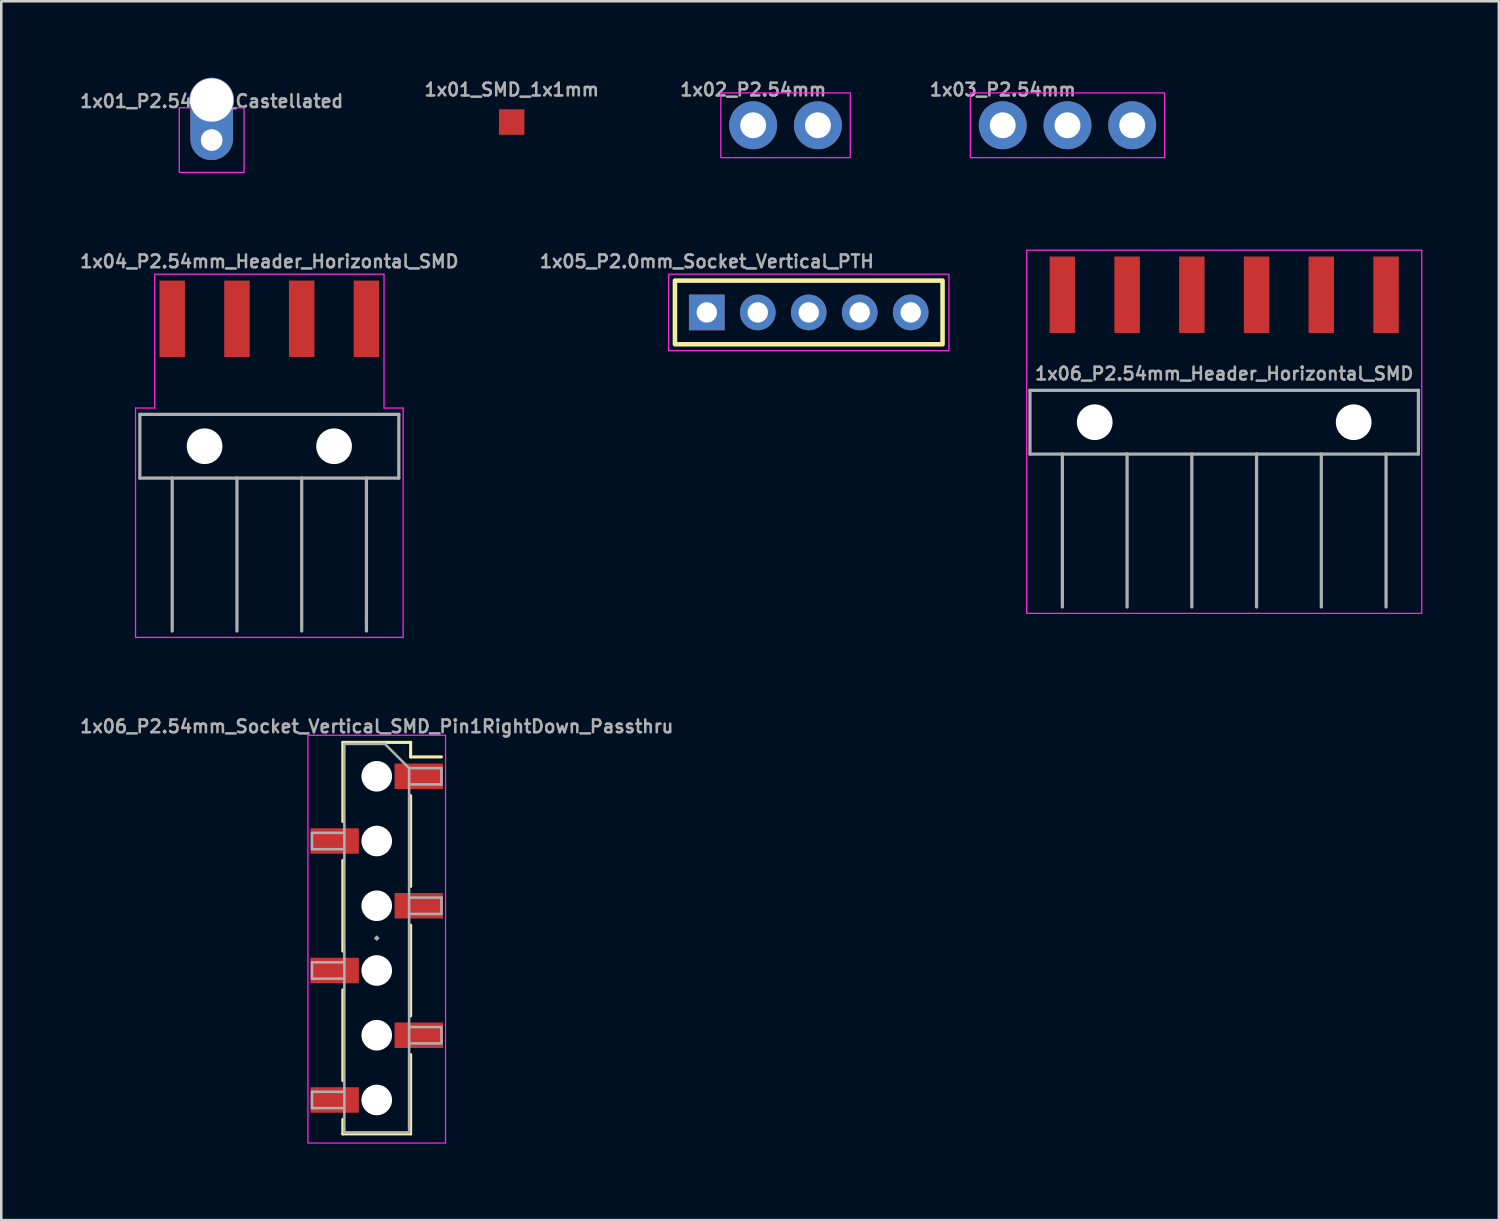
<source format=kicad_pcb>
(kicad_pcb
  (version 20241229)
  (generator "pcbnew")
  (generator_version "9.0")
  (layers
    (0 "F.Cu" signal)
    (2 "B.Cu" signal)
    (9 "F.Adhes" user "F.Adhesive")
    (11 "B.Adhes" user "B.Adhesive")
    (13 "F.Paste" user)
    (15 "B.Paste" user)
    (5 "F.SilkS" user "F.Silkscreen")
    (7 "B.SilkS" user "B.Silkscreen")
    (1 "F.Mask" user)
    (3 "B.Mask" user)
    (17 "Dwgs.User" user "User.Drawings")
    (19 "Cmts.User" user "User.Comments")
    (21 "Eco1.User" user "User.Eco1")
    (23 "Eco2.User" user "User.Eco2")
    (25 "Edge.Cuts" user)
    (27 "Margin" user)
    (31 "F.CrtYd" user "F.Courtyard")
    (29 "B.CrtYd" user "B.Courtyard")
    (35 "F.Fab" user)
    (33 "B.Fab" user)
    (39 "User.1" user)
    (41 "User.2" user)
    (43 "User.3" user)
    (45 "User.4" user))
  (footprint "1x02_P2.54mm"
    (layer "F.Cu")
    (at 26.5 1.865)
    (property "Reference" "1x02_P2.54mm" (at 0 -1.397 0) (layer "F.Fab") (effects (font (size 0.5 0.5) (thickness 0.1))))
    (fp_rect (start -1.27 -1.27) (end 3.81 1.27) (stroke (width 0.05) (type default)) (fill no) (layer "F.CrtYd"))
    (fp_poly (pts (xy -0.254 0.254) (xy 0.254 0.254) (xy 0.254 -0.254) (xy -0.254 -0.254)) (stroke (width 0.1) (type default)) (fill no) (layer "F.Fab"))
    (fp_poly (pts (xy 2.286 0.254) (xy 2.794 0.254) (xy 2.794 -0.254) (xy 2.286 -0.254)) (stroke (width 0.1) (type default)) (fill no) (layer "F.Fab"))
    (pad "1" thru_hole circle (at 0 0 90) (size 1.88 1.88) (drill 1.016) (layers "*.Cu" "*.Mask") (remove_unused_layers yes) (keep_end_layers yes) (zone_layer_connections))
    (pad "2" thru_hole circle (at 2.54 0 90) (size 1.88 1.88) (drill 1.016) (layers "*.Cu" "*.Mask") (remove_unused_layers yes) (keep_end_layers yes) (zone_layer_connections)))
  (footprint "1x01_P2.54mm_Castellated"
    (layer "F.Cu")
    (at 5.255 2.445)
    (property "Reference" "1x01_P2.54mm_Castellated" (at 0 -1.524 0) (layer "F.Fab") (effects (font (size 0.5 0.5) (thickness 0.1))))
    (fp_rect (start -1.27 -1.27) (end 1.27 1.27) (stroke (width 0.05) (type default)) (fill no) (layer "F.CrtYd"))
    (fp_rect (start -0.254 -0.254) (end 0.254 0.254) (stroke (width 0.1) (type default)) (fill no) (layer "F.Fab"))
    (pad "1" thru_hole custom (at 0 0 90) (size 1.016 1.016) (drill 0.85) (layers "*.Cu" "*.Mask") (remove_unused_layers yes) (keep_end_layers yes) (zone_layer_connections) (options (anchor circle)) (primitives (gr_poly (pts (xy -0.189 0.803) (xy -0.352 0.733) (xy -0.498 0.63) (xy -0.619 0.499) (xy -0.71 0.346) (xy -0.767 0.177) (xy -0.787 0.001) (xy -0.787 -0.001) (xy -0.771 -0.179) (xy -0.716 -0.349) (xy -0.625 -0.505) (xy -0.504 -0.636) (xy -0.356 -0.739) (xy -0.19 -0.807) (xy -0.014 -0.838) (xy 1.27 -0.838) (xy 1.27 0.838) (xy -0.014 0.838)) (width 0) (fill yes))))
    (pad "1B" thru_hole circle (at 0 -1.57 270) (size 1.75 1.75) (drill 1.7) (layers "*.Cu" "*.Mask") (remove_unused_layers yes) (keep_end_layers yes) (zone_layer_connections)))
  (footprint "1x04_P2.54mm_Header_Horizontal_SMD"
    (layer "F.Cu")
    (at 7.517 14.458)
    (property "Reference" "1x04_P2.54mm_Header_Horizontal_SMD" (at 0 -7.25 0) (unlocked yes) (layer "F.Fab") (effects (font (size 0.5 0.5) (thickness 0.1))))
    (fp_line (start -5.25 -1.5) (end -4.5 -1.5) (stroke (width 0.05) (type default)) (layer "F.CrtYd"))
    (fp_line (start -5.25 7.5) (end -5.25 -1.5) (stroke (width 0.05) (type default)) (layer "F.CrtYd"))
    (fp_line (start -4.5 -6.75) (end 4.5 -6.75) (stroke (width 0.05) (type default)) (layer "F.CrtYd"))
    (fp_line (start -4.5 -1.5) (end -4.5 -6.75) (stroke (width 0.05) (type default)) (layer "F.CrtYd"))
    (fp_line (start 4.5 -6.75) (end 4.5 -1.5) (stroke (width 0.05) (type default)) (layer "F.CrtYd"))
    (fp_line (start 4.5 -1.5) (end 5.25 -1.5) (stroke (width 0.05) (type default)) (layer "F.CrtYd"))
    (fp_line (start 5.25 -1.5) (end 5.25 7.5) (stroke (width 0.05) (type default)) (layer "F.CrtYd"))
    (fp_line (start 5.25 7.5) (end -5.25 7.5) (stroke (width 0.05) (type default)) (layer "F.CrtYd"))
    (fp_line (start -5.08 -1.25) (end -5.08 1.25) (stroke (width 0.127) (type solid)) (layer "F.Fab"))
    (fp_line (start -5.08 1.25) (end -3.81 1.25) (stroke (width 0.127) (type solid)) (layer "F.Fab"))
    (fp_line (start -3.81 1.25) (end -3.81 7.25) (stroke (width 0.127) (type solid)) (layer "F.Fab"))
    (fp_line (start -3.81 1.25) (end -1.27 1.25) (stroke (width 0.127) (type solid)) (layer "F.Fab"))
    (fp_line (start -1.27 1.25) (end -1.27 7.25) (stroke (width 0.127) (type solid)) (layer "F.Fab"))
    (fp_line (start -1.27 1.25) (end 1.27 1.25) (stroke (width 0.127) (type solid)) (layer "F.Fab"))
    (fp_line (start 1.27 1.25) (end 1.27 7.25) (stroke (width 0.127) (type solid)) (layer "F.Fab"))
    (fp_line (start 1.27 1.25) (end 3.81 1.25) (stroke (width 0.127) (type solid)) (layer "F.Fab"))
    (fp_line (start 3.81 1.25) (end 3.81 7.25) (stroke (width 0.127) (type solid)) (layer "F.Fab"))
    (fp_line (start 3.81 1.25) (end 5.08 1.25) (stroke (width 0.127) (type solid)) (layer "F.Fab"))
    (fp_line (start 5.08 -1.25) (end -5.08 -1.25) (stroke (width 0.127) (type solid)) (layer "F.Fab"))
    (fp_line (start 5.08 1.25) (end 5.08 -1.25) (stroke (width 0.127) (type solid)) (layer "F.Fab"))
    (pad "" np_thru_hole circle (at -2.54 0) (size 1.4 1.4) (drill 1.4) (layers "*.Cu" "*.Mask"))
    (pad "" np_thru_hole circle (at 2.54 0) (size 1.4 1.4) (drill 1.4) (layers "*.Cu" "*.Mask"))
    (pad "1" smd rect (at -3.81 -5 90) (size 3 1) (layers "F.Cu" "F.Mask" "F.Paste"))
    (pad "2" smd rect (at -1.27 -5 90) (size 3 1) (layers "F.Cu" "F.Mask" "F.Paste"))
    (pad "3" smd rect (at 1.27 -5 90) (size 3 1) (layers "F.Cu" "F.Mask" "F.Paste"))
    (pad "4" smd rect (at 3.81 -5 90) (size 3 1) (layers "F.Cu" "F.Mask" "F.Paste")))
  (footprint "1x01_SMD_1x1mm"
    (layer "F.Cu")
    (at 17.026 1.738)
    (property "Reference" "1x01_SMD_1x1mm" (at 0 -1.27 0) (layer "F.Fab") (effects (font (size 0.5 0.5) (thickness 0.1))))
    (pad "1" smd rect (at 0 0 90) (size 1 1) (layers "F.Cu" "F.Mask" "F.Paste")))
  (footprint "1x05_P2.0mm_Socket_Vertical_PTH"
    (layer "F.Cu")
    (at 24.681 9.208)
    (property "Reference" "1x05_P2.0mm_Socket_Vertical_PTH" (at 0 -2 0) (unlocked yes) (layer "F.Fab") (effects (font (size 0.5 0.5) (thickness 0.1))))
    (fp_rect (start -1.25 -1.25) (end 9.25 1.25) (stroke (width 0.178) (type default)) (fill no) (layer "F.SilkS"))
    (fp_rect (start -1.5 -1.5) (end 9.5 1.5) (stroke (width 0.05) (type default)) (fill no) (layer "F.CrtYd"))
    (pad "1" thru_hole rect (at 0 0) (size 1.4 1.4) (drill 0.8) (layers "*.Cu" "*.Mask"))
    (pad "2" thru_hole circle (at 2 0) (size 1.4 1.4) (drill 0.8) (layers "*.Cu" "*.Mask"))
    (pad "3" thru_hole circle (at 4 0) (size 1.4 1.4) (drill 0.8) (layers "*.Cu" "*.Mask"))
    (pad "4" thru_hole circle (at 6 0) (size 1.4 1.4) (drill 0.8) (layers "*.Cu" "*.Mask"))
    (pad "5" thru_hole circle (at 8 0) (size 1.4 1.4) (drill 0.8) (layers "*.Cu" "*.Mask")))
  (footprint "1x03_P2.54mm"
    (layer "F.Cu")
    (at 36.292 1.865)
    (property "Reference" "1x03_P2.54mm" (at 0 -1.397 0) (layer "F.Fab") (effects (font (size 0.5 0.5) (thickness 0.1))))
    (fp_rect (start -1.27 -1.27) (end 6.35 1.27) (stroke (width 0.05) (type default)) (fill no) (layer "F.CrtYd"))
    (fp_poly (pts (xy -0.254 0.254) (xy 0.254 0.254) (xy 0.254 -0.254) (xy -0.254 -0.254)) (stroke (width 0.1) (type default)) (fill no) (layer "F.Fab"))
    (fp_poly (pts (xy 2.286 0.254) (xy 2.794 0.254) (xy 2.794 -0.254) (xy 2.286 -0.254)) (stroke (width 0.1) (type default)) (fill no) (layer "F.Fab"))
    (fp_poly (pts (xy 4.826 0.254) (xy 5.334 0.254) (xy 5.334 -0.254) (xy 4.826 -0.254)) (stroke (width 0.1) (type default)) (fill no) (layer "F.Fab"))
    (pad "1" thru_hole circle (at 0 0 90) (size 1.88 1.88) (drill 1.016) (layers "*.Cu" "*.Mask") (remove_unused_layers yes) (keep_end_layers yes) (zone_layer_connections))
    (pad "2" thru_hole circle (at 2.54 0 90) (size 1.88 1.88) (drill 1.016) (layers "*.Cu" "*.Mask") (remove_unused_layers yes) (keep_end_layers yes) (zone_layer_connections))
    (pad "3" thru_hole circle (at 5.08 0 90) (size 1.88 1.88) (drill 1.016) (layers "*.Cu" "*.Mask") (remove_unused_layers yes) (keep_end_layers yes) (zone_layer_connections)))
  (footprint "1x06_P2.54mm_Header_Horizontal_SMD"
    (layer "F.Cu")
    (at 44.981 13.515)
    (property "Reference" "1x06_P2.54mm_Header_Horizontal_SMD" (at 0 -1.905 0) (layer "F.Fab") (effects (font (size 0.5 0.5) (thickness 0.1))))
    (attr smd)
    (fp_rect (start -7.75 -6.75) (end 7.75 7.5) (stroke (width 0.05) (type default)) (fill no) (layer "F.CrtYd"))
    (fp_line (start -7.62 -1.25) (end -7.62 1.25) (stroke (width 0.127) (type solid)) (layer "F.Fab"))
    (fp_line (start -7.62 1.25) (end -6.35 1.25) (stroke (width 0.127) (type solid)) (layer "F.Fab"))
    (fp_line (start -6.35 1.25) (end -6.35 7.25) (stroke (width 0.127) (type solid)) (layer "F.Fab"))
    (fp_line (start -6.35 1.25) (end -3.81 1.25) (stroke (width 0.127) (type solid)) (layer "F.Fab"))
    (fp_line (start -3.81 1.25) (end -3.81 7.25) (stroke (width 0.127) (type solid)) (layer "F.Fab"))
    (fp_line (start -3.81 1.25) (end -1.27 1.25) (stroke (width 0.127) (type solid)) (layer "F.Fab"))
    (fp_line (start -1.27 1.25) (end -1.27 7.25) (stroke (width 0.127) (type solid)) (layer "F.Fab"))
    (fp_line (start -1.27 1.25) (end 1.27 1.25) (stroke (width 0.127) (type solid)) (layer "F.Fab"))
    (fp_line (start 1.27 1.25) (end 1.27 7.25) (stroke (width 0.127) (type solid)) (layer "F.Fab"))
    (fp_line (start 1.27 1.25) (end 3.81 1.25) (stroke (width 0.127) (type solid)) (layer "F.Fab"))
    (fp_line (start 3.81 1.25) (end 3.81 7.25) (stroke (width 0.127) (type solid)) (layer "F.Fab"))
    (fp_line (start 3.81 1.25) (end 6.35 1.25) (stroke (width 0.127) (type solid)) (layer "F.Fab"))
    (fp_line (start 6.35 1.25) (end 6.35 7.25) (stroke (width 0.127) (type solid)) (layer "F.Fab"))
    (fp_line (start 6.35 1.25) (end 7.62 1.25) (stroke (width 0.127) (type solid)) (layer "F.Fab"))
    (fp_line (start 7.62 -1.25) (end -7.62 -1.25) (stroke (width 0.127) (type solid)) (layer "F.Fab"))
    (fp_line (start 7.62 1.25) (end 7.62 -1.25) (stroke (width 0.127) (type solid)) (layer "F.Fab"))
    (pad "" np_thru_hole circle (at -5.08 0) (size 1.4 1.4) (drill 1.4) (layers "*.Cu" "*.Mask"))
    (pad "" np_thru_hole circle (at 5.08 0) (size 1.4 1.4) (drill 1.4) (layers "*.Cu" "*.Mask"))
    (pad "1" smd rect (at -6.35 -5 90) (size 3 1) (layers "F.Cu" "F.Mask" "F.Paste"))
    (pad "2" smd rect (at -3.81 -5 90) (size 3 1) (layers "F.Cu" "F.Mask" "F.Paste"))
    (pad "3" smd rect (at -1.27 -5 90) (size 3 1) (layers "F.Cu" "F.Mask" "F.Paste"))
    (pad "4" smd rect (at 1.27 -5 90) (size 3 1) (layers "F.Cu" "F.Mask" "F.Paste"))
    (pad "5" smd rect (at 3.81 -5 90) (size 3 1) (layers "F.Cu" "F.Mask" "F.Paste"))
    (pad "6" smd rect (at 6.35 -5 90) (size 3 1) (layers "F.Cu" "F.Mask" "F.Paste")))
  (footprint "1x06_P2.54mm_Socket_Vertical_SMD_Pin1RightDown_Passthru"
    (layer "F.Cu")
    (at 11.731 33.757)
    (property "Reference" "1x06_P2.54mm_Socket_Vertical_SMD_Pin1RightDown_Passthru" (at 0 -8.306 0) (layer "F.Fab") (effects (font (size 0.5 0.5) (thickness 0.1))))
    (attr smd)
    (fp_line (start -1.33 -7.68) (end -1.33 -4.57) (stroke (width 0.12) (type solid)) (layer "F.SilkS"))
    (fp_line (start -1.33 -7.68) (end 1.33 -7.68) (stroke (width 0.12) (type solid)) (layer "F.SilkS"))
    (fp_line (start -1.33 -3.05) (end -1.33 0.51) (stroke (width 0.12) (type solid)) (layer "F.SilkS"))
    (fp_line (start -1.33 2.03) (end -1.33 5.59) (stroke (width 0.12) (type solid)) (layer "F.SilkS"))
    (fp_line (start -1.33 7.11) (end -1.33 7.68) (stroke (width 0.12) (type solid)) (layer "F.SilkS"))
    (fp_line (start -1.33 7.68) (end 1.33 7.68) (stroke (width 0.12) (type solid)) (layer "F.SilkS"))
    (fp_line (start 1.33 -7.68) (end 1.33 -7.11) (stroke (width 0.12) (type solid)) (layer "F.SilkS"))
    (fp_line (start 1.33 -7.11) (end 2.54 -7.11) (stroke (width 0.12) (type solid)) (layer "F.SilkS"))
    (fp_line (start 1.33 -5.59) (end 1.33 -2.03) (stroke (width 0.12) (type solid)) (layer "F.SilkS"))
    (fp_line (start 1.33 -0.51) (end 1.33 3.05) (stroke (width 0.12) (type solid)) (layer "F.SilkS"))
    (fp_line (start 1.33 4.57) (end 1.33 7.68) (stroke (width 0.12) (type solid)) (layer "F.SilkS"))
    (fp_rect (start -2.7 -7.96) (end 2.7 8.04) (stroke (width 0.05) (type default)) (fill no) (layer "F.CrtYd"))
    (fp_line (start -2.54 -4.13) (end -2.54 -3.49) (stroke (width 0.1) (type solid)) (layer "F.Fab"))
    (fp_line (start -2.54 -3.49) (end -1.27 -3.49) (stroke (width 0.1) (type solid)) (layer "F.Fab"))
    (fp_line (start -2.54 0.95) (end -2.54 1.59) (stroke (width 0.1) (type solid)) (layer "F.Fab"))
    (fp_line (start -2.54 1.59) (end -1.27 1.59) (stroke (width 0.1) (type solid)) (layer "F.Fab"))
    (fp_line (start -2.54 6.03) (end -2.54 6.67) (stroke (width 0.1) (type solid)) (layer "F.Fab"))
    (fp_line (start -2.54 6.67) (end -1.27 6.67) (stroke (width 0.1) (type solid)) (layer "F.Fab"))
    (fp_line (start -1.27 -7.62) (end -1.27 7.62) (stroke (width 0.1) (type solid)) (layer "F.Fab"))
    (fp_line (start -1.27 -7.62) (end 0.32 -7.62) (stroke (width 0.1) (type solid)) (layer "F.Fab"))
    (fp_line (start -1.27 -4.13) (end -2.54 -4.13) (stroke (width 0.1) (type solid)) (layer "F.Fab"))
    (fp_line (start -1.27 0.95) (end -2.54 0.95) (stroke (width 0.1) (type solid)) (layer "F.Fab"))
    (fp_line (start -1.27 6.03) (end -2.54 6.03) (stroke (width 0.1) (type solid)) (layer "F.Fab"))
    (fp_line (start 0 -0.051) (end 0 0.051) (stroke (width 0.1) (type default)) (layer "F.Fab"))
    (fp_line (start 0.051 0) (end -0.051 0) (stroke (width 0.1) (type default)) (layer "F.Fab"))
    (fp_line (start 1.27 -6.67) (end 0.32 -7.62) (stroke (width 0.1) (type solid)) (layer "F.Fab"))
    (fp_line (start 1.27 -6.67) (end 2.54 -6.67) (stroke (width 0.1) (type solid)) (layer "F.Fab"))
    (fp_line (start 1.27 -1.59) (end 2.54 -1.59) (stroke (width 0.1) (type solid)) (layer "F.Fab"))
    (fp_line (start 1.27 3.49) (end 2.54 3.49) (stroke (width 0.1) (type solid)) (layer "F.Fab"))
    (fp_line (start 1.27 7.62) (end -1.27 7.62) (stroke (width 0.1) (type solid)) (layer "F.Fab"))
    (fp_line (start 1.27 7.62) (end 1.27 -6.67) (stroke (width 0.1) (type solid)) (layer "F.Fab"))
    (fp_line (start 2.54 -6.67) (end 2.54 -6.03) (stroke (width 0.1) (type solid)) (layer "F.Fab"))
    (fp_line (start 2.54 -6.03) (end 1.27 -6.03) (stroke (width 0.1) (type solid)) (layer "F.Fab"))
    (fp_line (start 2.54 -1.59) (end 2.54 -0.95) (stroke (width 0.1) (type solid)) (layer "F.Fab"))
    (fp_line (start 2.54 -0.95) (end 1.27 -0.95) (stroke (width 0.1) (type solid)) (layer "F.Fab"))
    (fp_line (start 2.54 3.49) (end 2.54 4.13) (stroke (width 0.1) (type solid)) (layer "F.Fab"))
    (fp_line (start 2.54 4.13) (end 1.27 4.13) (stroke (width 0.1) (type solid)) (layer "F.Fab"))
    (pad "" np_thru_hole circle (at 0 -6.35) (size 1.2 1.2) (drill 1.2) (layers "*.Cu" "*.Mask"))
    (pad "" np_thru_hole circle (at 0 -3.81) (size 1.2 1.2) (drill 1.2) (layers "*.Cu" "*.Mask"))
    (pad "" np_thru_hole circle (at 0 -1.27) (size 1.2 1.2) (drill 1.2) (layers "*.Cu" "*.Mask"))
    (pad "" np_thru_hole circle (at 0 1.27) (size 1.2 1.2) (drill 1.2) (layers "*.Cu" "*.Mask"))
    (pad "" np_thru_hole circle (at 0 3.81) (size 1.2 1.2) (drill 1.2) (layers "*.Cu" "*.Mask"))
    (pad "" np_thru_hole circle (at 0 6.35) (size 1.2 1.2) (drill 1.2) (layers "*.Cu" "*.Mask"))
    (pad "1" smd rect (at 1.65 -6.35) (size 1.9 1) (layers "F.Cu" "F.Mask" "F.Paste"))
    (pad "2" smd rect (at -1.65 -3.81) (size 1.9 1) (layers "F.Cu" "F.Mask" "F.Paste"))
    (pad "3" smd rect (at 1.65 -1.27) (size 1.9 1) (layers "F.Cu" "F.Mask" "F.Paste"))
    (pad "4" smd rect (at -1.65 1.27) (size 1.9 1) (layers "F.Cu" "F.Mask" "F.Paste"))
    (pad "5" smd rect (at 1.65 3.81) (size 1.9 1) (layers "F.Cu" "F.Mask" "F.Paste"))
    (pad "6" smd rect (at -1.65 6.35) (size 1.9 1) (layers "F.Cu" "F.Mask" "F.Paste")))
  (gr_rect
    (start -3 -3)
    (end 55.756 44.822)
    (stroke (width 0.1) (type default))
    (fill no)
    (layer "Edge.Cuts")))
</source>
